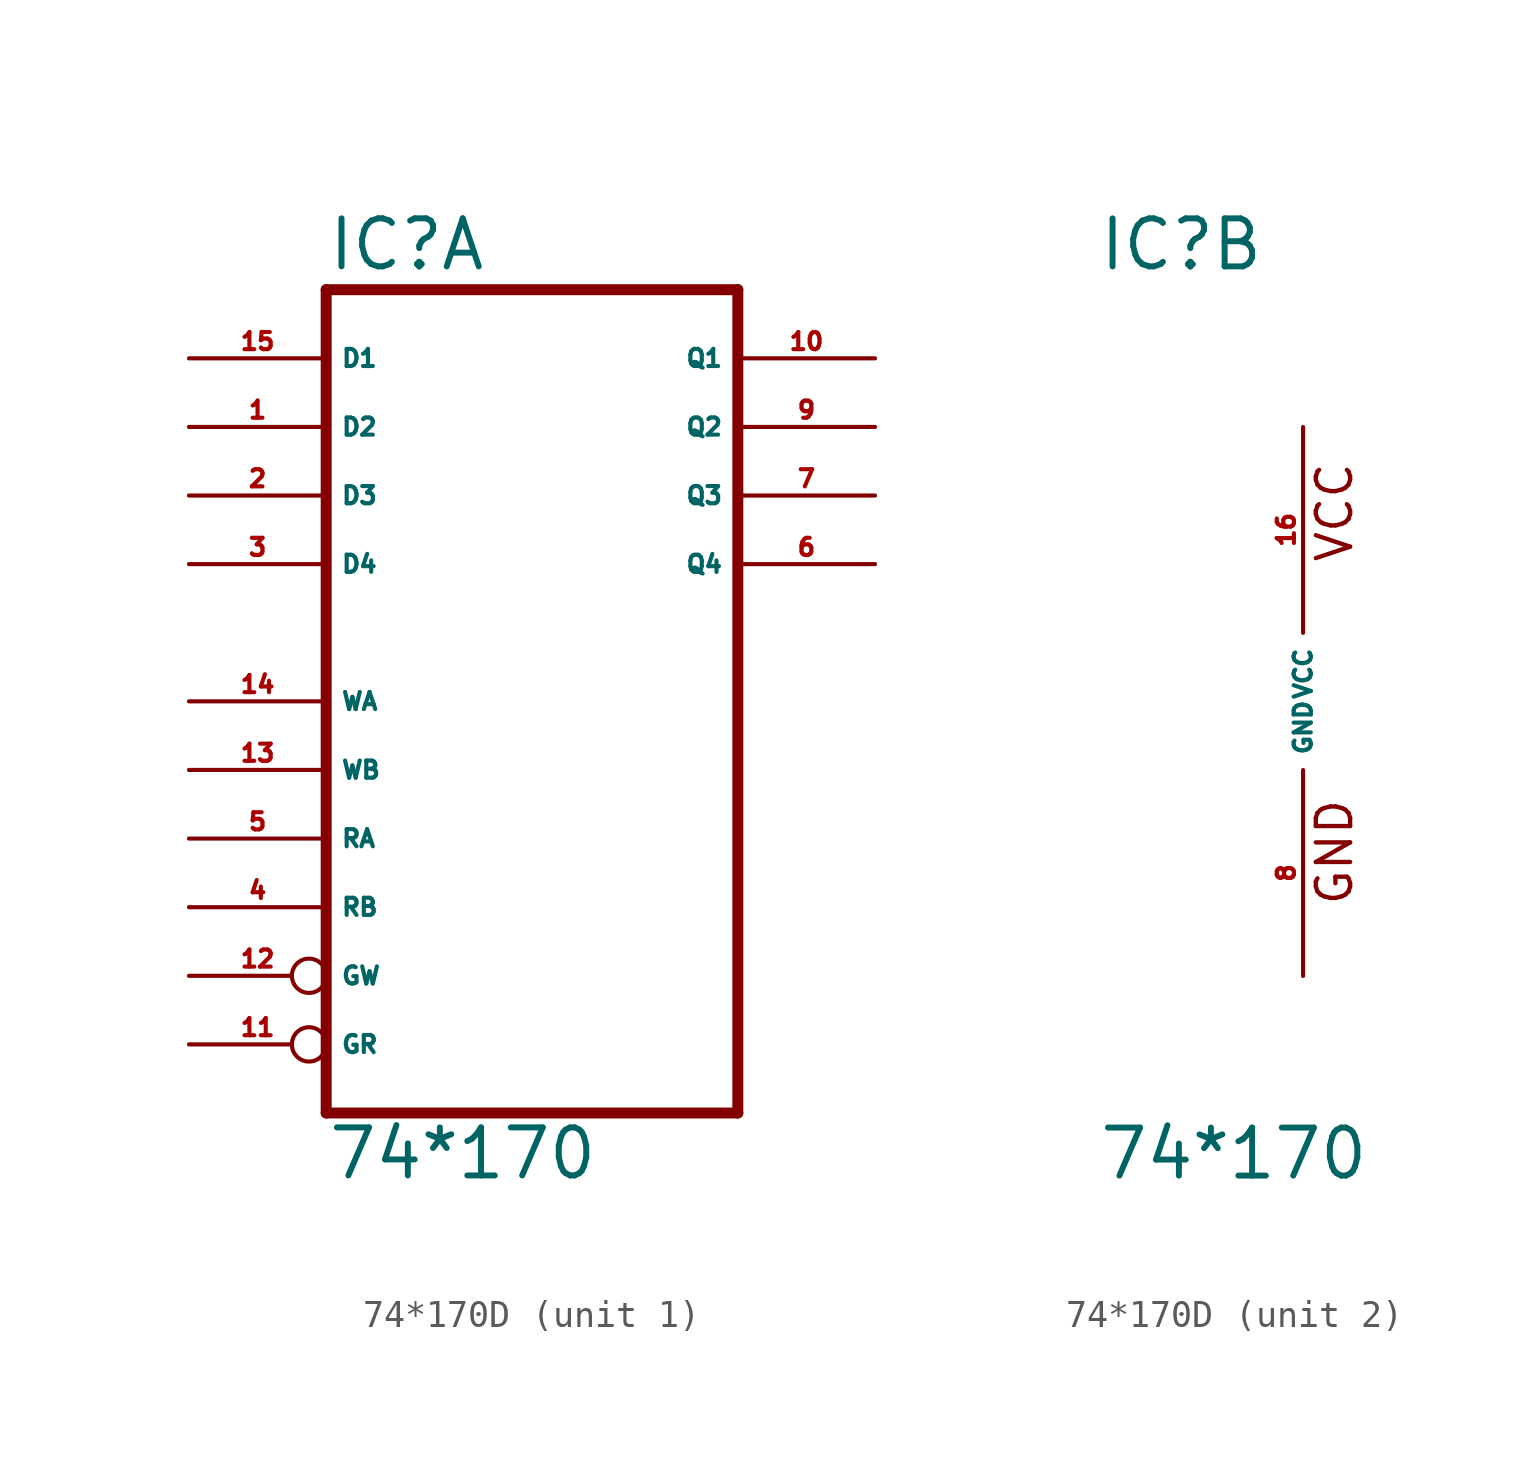
<source format=kicad_sym>
(kicad_symbol_lib
  (version 20220914)
  (generator Eagle2Kicad)
  (symbol "74*170D"
    (property "Reference" "IC"
      (at -7.62 15.875 0)
      (effects (font (size 1.778 1.778) (thickness 0.22)) (justify left bottom)))
    (property "Value" "74*170"
      (at -7.62 -17.78 0)
      (effects (font (size 1.778 1.778) (thickness 0.22)) (justify left bottom)))
    (symbol "74*170D_1_0"
      (polyline (pts (xy -7.62 -15.24) (xy 7.62 -15.24)) (stroke (width 0.406) (type default)) (fill (type none)))
      (polyline (pts (xy 7.62 -15.24) (xy 7.62 15.24)) (stroke (width 0.406) (type default)) (fill (type none)))
      (polyline (pts (xy 7.62 15.24) (xy -7.62 15.24)) (stroke (width 0.406) (type default)) (fill (type none)))
      (polyline (pts (xy -7.62 15.24) (xy -7.62 -15.24)) (stroke (width 0.406) (type default)) (fill (type none)))
      (pin input line (at -12.7 10.16 0) (length 5.08) (name "D2" (effects (font (size 0.635 0.635) (thickness 0.08)) (justify left bottom))) (number "1" (effects (font (size 0.635 0.635) (thickness 0.08)) (justify left bottom))))
      (pin input line (at -12.7 7.62 0) (length 5.08) (name "D3" (effects (font (size 0.635 0.635) (thickness 0.08)) (justify left bottom))) (number "2" (effects (font (size 0.635 0.635) (thickness 0.08)) (justify left bottom))))
      (pin input line (at -12.7 5.08 0) (length 5.08) (name "D4" (effects (font (size 0.635 0.635) (thickness 0.08)) (justify left bottom))) (number "3" (effects (font (size 0.635 0.635) (thickness 0.08)) (justify left bottom))))
      (pin input line (at -12.7 -7.62 0) (length 5.08) (name "RB" (effects (font (size 0.635 0.635) (thickness 0.08)) (justify left bottom))) (number "4" (effects (font (size 0.635 0.635) (thickness 0.08)) (justify left bottom))))
      (pin input line (at -12.7 -5.08 0) (length 5.08) (name "RA" (effects (font (size 0.635 0.635) (thickness 0.08)) (justify left bottom))) (number "5" (effects (font (size 0.635 0.635) (thickness 0.08)) (justify left bottom))))
      (pin open_collector line (at 12.7 5.08 180) (length 5.08) (name "Q4" (effects (font (size 0.635 0.635) (thickness 0.08)) (justify left bottom))) (number "6" (effects (font (size 0.635 0.635) (thickness 0.08)) (justify left bottom))))
      (pin open_collector line (at 12.7 7.62 180) (length 5.08) (name "Q3" (effects (font (size 0.635 0.635) (thickness 0.08)) (justify left bottom))) (number "7" (effects (font (size 0.635 0.635) (thickness 0.08)) (justify left bottom))))
      (pin open_collector line (at 12.7 10.16 180) (length 5.08) (name "Q2" (effects (font (size 0.635 0.635) (thickness 0.08)) (justify left bottom))) (number "9" (effects (font (size 0.635 0.635) (thickness 0.08)) (justify left bottom))))
      (pin open_collector line (at 12.7 12.7 180) (length 5.08) (name "Q1" (effects (font (size 0.635 0.635) (thickness 0.08)) (justify left bottom))) (number "10" (effects (font (size 0.635 0.635) (thickness 0.08)) (justify left bottom))))
      (pin input inverted (at -12.7 -12.7 0) (length 5.08) (name "GR" (effects (font (size 0.635 0.635) (thickness 0.08)) (justify left bottom))) (number "11" (effects (font (size 0.635 0.635) (thickness 0.08)) (justify left bottom))))
      (pin input inverted (at -12.7 -10.16 0) (length 5.08) (name "GW" (effects (font (size 0.635 0.635) (thickness 0.08)) (justify left bottom))) (number "12" (effects (font (size 0.635 0.635) (thickness 0.08)) (justify left bottom))))
      (pin input line (at -12.7 -2.54 0) (length 5.08) (name "WB" (effects (font (size 0.635 0.635) (thickness 0.08)) (justify left bottom))) (number "13" (effects (font (size 0.635 0.635) (thickness 0.08)) (justify left bottom))))
      (pin input line (at -12.7 0 0) (length 5.08) (name "WA" (effects (font (size 0.635 0.635) (thickness 0.08)) (justify left bottom))) (number "14" (effects (font (size 0.635 0.635) (thickness 0.08)) (justify left bottom))))
      (pin input line (at -12.7 12.7 0) (length 5.08) (name "D1" (effects (font (size 0.635 0.635) (thickness 0.08)) (justify left bottom))) (number "15" (effects (font (size 0.635 0.635) (thickness 0.08)) (justify left bottom)))))
    (symbol "74*170D_2_0"
      (text "GND" (at 1.905 -7.62 900) (effects (font (size 1.27 1.27) (thickness 0.16)) (justify left bottom)))
      (text "VCC" (at 1.905 5.08 900) (effects (font (size 1.27 1.27) (thickness 0.16)) (justify left bottom)))
      (pin unspecified line (at 0 -10.16 90) (length 7.62) (name "GND" (effects (font (size 0.635 0.635) (thickness 0.08)) (justify left bottom))) (number "8" (effects (font (size 0.635 0.635) (thickness 0.08)) (justify left bottom))))
      (pin unspecified line (at 0 10.16 270) (length 7.62) (name "VCC" (effects (font (size 0.635 0.635) (thickness 0.08)) (justify left bottom))) (number "16" (effects (font (size 0.635 0.635) (thickness 0.08)) (justify left bottom)))))))
</source>
